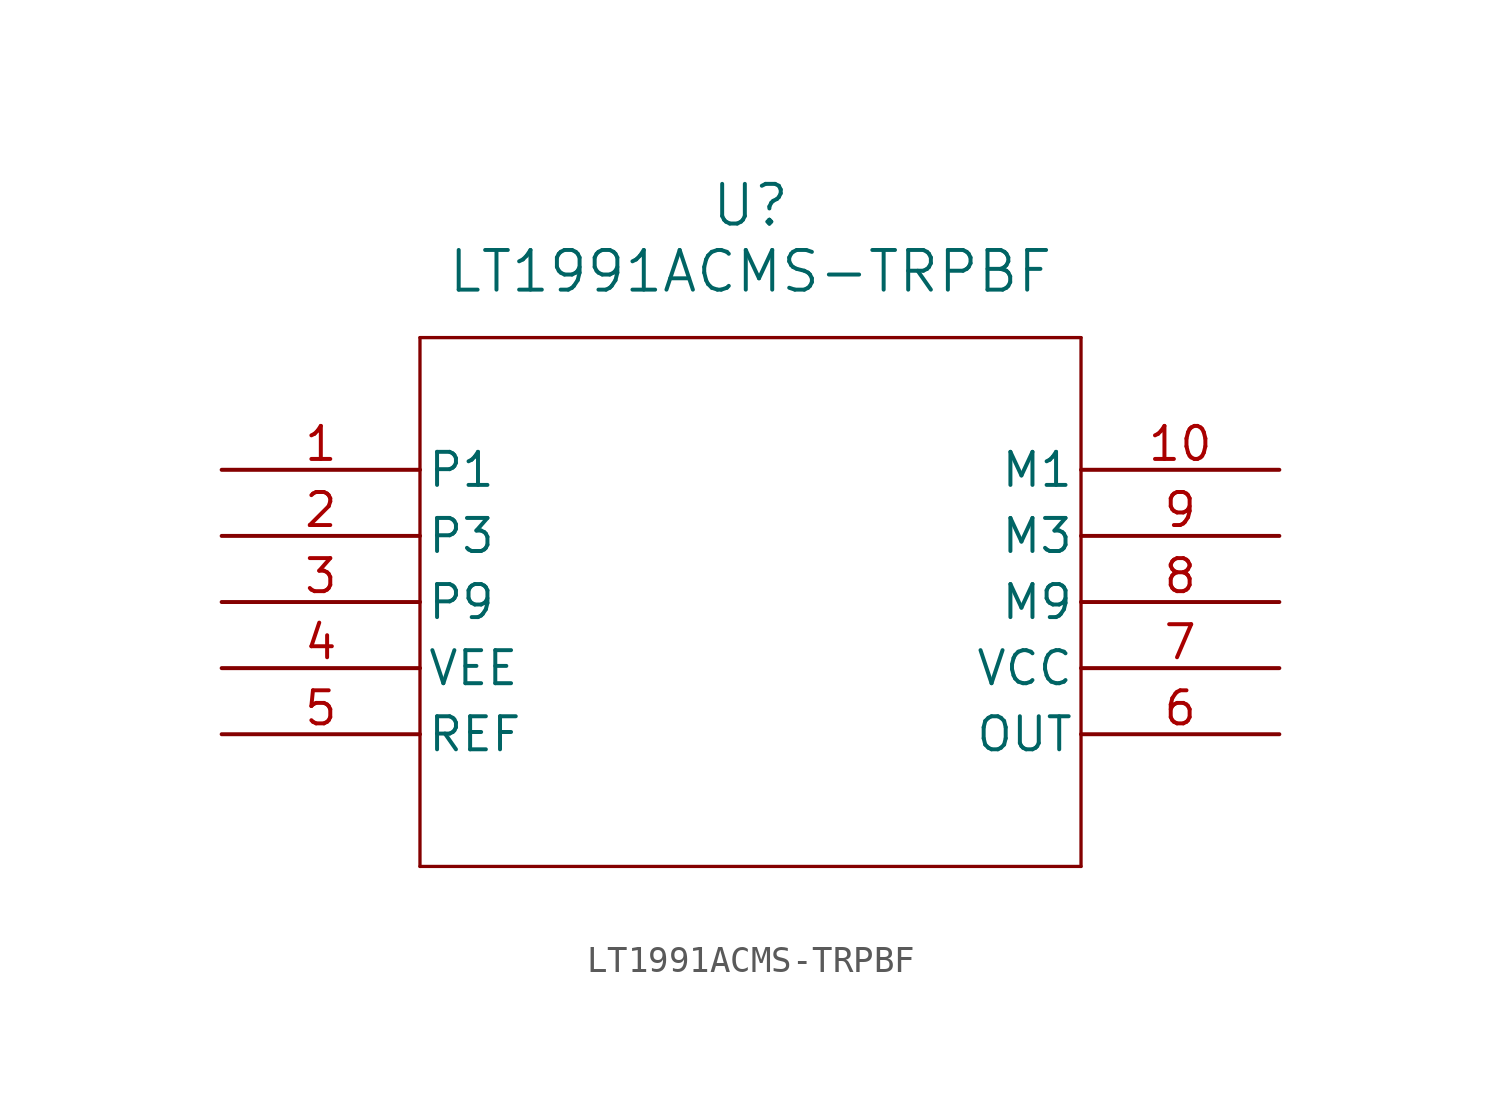
<source format=kicad_sym>
(kicad_symbol_lib
  (version 20211014)
  (generator kicad_symbol_editor)
  (symbol "LT1991ACMS-TRPBF"
    (pin_names
      (offset 0.254))
    (property "Reference" "U"
      (at 20.32 10.16 0)
      (effects (font (size 1.524 1.524))))
    (property "Value" "LT1991ACMS-TRPBF"
      (at 20.32 7.62 0)
      (effects (font (size 1.524 1.524))))
    (symbol "LT1991ACMS-TRPBF_0_1"
      (polyline (pts (xy 7.62 5.08) (xy 7.62 -15.24)) (stroke (width 0.127) (type default) (color 0 0 0 0)) (fill (type none)))
      (polyline (pts (xy 7.62 -15.24) (xy 33.02 -15.24)) (stroke (width 0.127) (type default) (color 0 0 0 0)) (fill (type none)))
      (polyline (pts (xy 33.02 -15.24) (xy 33.02 5.08)) (stroke (width 0.127) (type default) (color 0 0 0 0)) (fill (type none)))
      (polyline (pts (xy 33.02 5.08) (xy 7.62 5.08)) (stroke (width 0.127) (type default) (color 0 0 0 0)) (fill (type none)))
      (pin input line (at 0 0 0) (length 7.62) (name "P1" (effects (font (size 1.27 1.27)))) (number "1" (effects (font (size 1.27 1.27)))))
      (pin input line (at 0 -2.54 0) (length 7.62) (name "P3" (effects (font (size 1.27 1.27)))) (number "2" (effects (font (size 1.27 1.27)))))
      (pin input line (at 0 -5.08 0) (length 7.62) (name "P9" (effects (font (size 1.27 1.27)))) (number "3" (effects (font (size 1.27 1.27)))))
      (pin power_in line (at 0 -7.62 0) (length 7.62) (name "VEE" (effects (font (size 1.27 1.27)))) (number "4" (effects (font (size 1.27 1.27)))))
      (pin input line (at 0 -10.16 0) (length 7.62) (name "REF" (effects (font (size 1.27 1.27)))) (number "5" (effects (font (size 1.27 1.27)))))
      (pin output line (at 40.64 -10.16 180) (length 7.62) (name "OUT" (effects (font (size 1.27 1.27)))) (number "6" (effects (font (size 1.27 1.27)))))
      (pin power_in line (at 40.64 -7.62 180) (length 7.62) (name "VCC" (effects (font (size 1.27 1.27)))) (number "7" (effects (font (size 1.27 1.27)))))
      (pin input line (at 40.64 -5.08 180) (length 7.62) (name "M9" (effects (font (size 1.27 1.27)))) (number "8" (effects (font (size 1.27 1.27)))))
      (pin input line (at 40.64 -2.54 180) (length 7.62) (name "M3" (effects (font (size 1.27 1.27)))) (number "9" (effects (font (size 1.27 1.27)))))
      (pin input line (at 40.64 0 180) (length 7.62) (name "M1" (effects (font (size 1.27 1.27)))) (number "10" (effects (font (size 1.27 1.27))))))))
</source>
